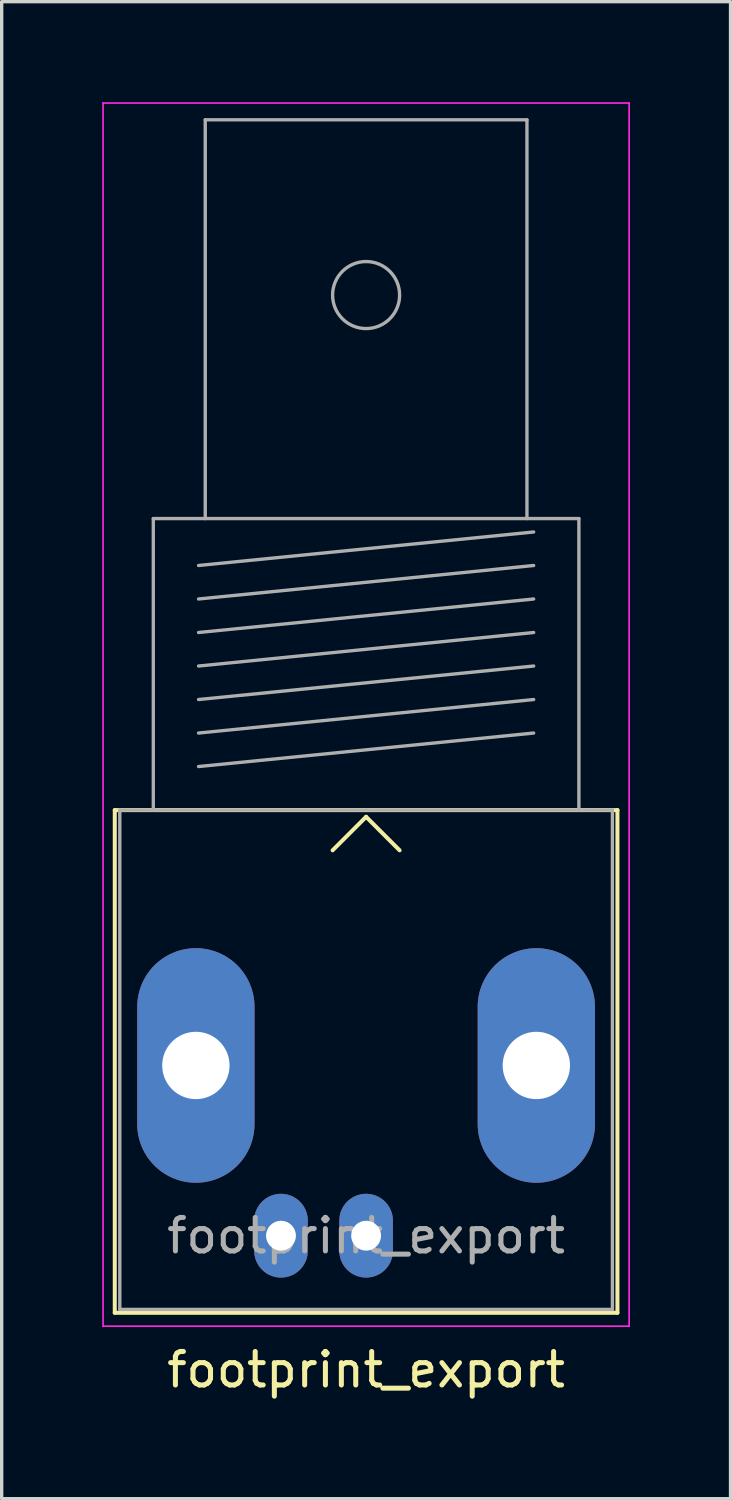
<source format=kicad_pcb>
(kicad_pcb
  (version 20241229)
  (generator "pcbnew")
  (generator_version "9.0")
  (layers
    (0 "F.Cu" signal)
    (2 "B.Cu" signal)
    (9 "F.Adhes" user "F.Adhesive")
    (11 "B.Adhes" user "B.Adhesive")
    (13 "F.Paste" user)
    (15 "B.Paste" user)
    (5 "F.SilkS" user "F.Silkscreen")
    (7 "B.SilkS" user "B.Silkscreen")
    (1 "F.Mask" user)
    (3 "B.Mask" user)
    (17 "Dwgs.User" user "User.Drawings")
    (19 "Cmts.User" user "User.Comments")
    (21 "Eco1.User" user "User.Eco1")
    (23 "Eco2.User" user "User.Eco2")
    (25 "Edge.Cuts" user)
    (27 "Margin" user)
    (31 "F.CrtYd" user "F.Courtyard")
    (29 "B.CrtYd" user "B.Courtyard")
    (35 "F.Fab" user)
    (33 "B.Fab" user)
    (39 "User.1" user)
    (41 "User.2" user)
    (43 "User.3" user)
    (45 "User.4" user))
  (footprint "footprint_export"
    (layer "F.Cu")
    (at 7.875 33.825)
    (property "Reference" "footprint_export" (at 0 4 0) (layer "F.SilkS") (effects (font (size 1 1) (thickness 0.15))))
    (attr through_hole)
    (fp_line (start -7.5 -12.7) (end 7.5 -12.7) (stroke (width 0.12) (type solid)) (layer "F.SilkS"))
    (fp_line (start -7.5 2.3) (end -7.5 -12.7) (stroke (width 0.12) (type solid)) (layer "F.SilkS"))
    (fp_line (start 0 -12.5) (end -1 -11.5) (stroke (width 0.12) (type solid)) (layer "F.SilkS"))
    (fp_line (start 0 -12.5) (end 1 -11.5) (stroke (width 0.12) (type solid)) (layer "F.SilkS"))
    (fp_line (start 7.5 -12.7) (end 7.5 2.3) (stroke (width 0.12) (type solid)) (layer "F.SilkS"))
    (fp_line (start 7.5 2.3) (end -7.5 2.3) (stroke (width 0.12) (type solid)) (layer "F.SilkS"))
    (fp_line (start -7.85 2.7) (end -7.85 -33.8) (stroke (width 0.05) (type solid)) (layer "F.CrtYd"))
    (fp_line (start -7.85 2.7) (end 7.85 2.7) (stroke (width 0.05) (type solid)) (layer "F.CrtYd"))
    (fp_line (start 7.85 -33.8) (end -7.85 -33.8) (stroke (width 0.05) (type solid)) (layer "F.CrtYd"))
    (fp_line (start 7.85 2.7) (end 7.85 -33.8) (stroke (width 0.05) (type solid)) (layer "F.CrtYd"))
    (fp_line (start -7.35 -12.7) (end -7.35 2.2) (stroke (width 0.1) (type solid)) (layer "F.Fab"))
    (fp_line (start -7.35 2.2) (end 7.35 2.2) (stroke (width 0.1) (type solid)) (layer "F.Fab"))
    (fp_line (start -6.35 -21.4) (end -6.35 -12.7) (stroke (width 0.1) (type solid)) (layer "F.Fab"))
    (fp_line (start -5 -20) (end 5 -21) (stroke (width 0.1) (type solid)) (layer "F.Fab"))
    (fp_line (start -5 -19) (end 5 -20) (stroke (width 0.1) (type solid)) (layer "F.Fab"))
    (fp_line (start -5 -18) (end 5 -19) (stroke (width 0.1) (type solid)) (layer "F.Fab"))
    (fp_line (start -5 -17) (end 5 -18) (stroke (width 0.1) (type solid)) (layer "F.Fab"))
    (fp_line (start -5 -16) (end 5 -17) (stroke (width 0.1) (type solid)) (layer "F.Fab"))
    (fp_line (start -5 -15) (end 5 -16) (stroke (width 0.1) (type solid)) (layer "F.Fab"))
    (fp_line (start -5 -14) (end 5 -15) (stroke (width 0.1) (type solid)) (layer "F.Fab"))
    (fp_line (start -4.8 -33.3) (end -4.8 -21.4) (stroke (width 0.1) (type solid)) (layer "F.Fab"))
    (fp_line (start 4.8 -33.3) (end -4.8 -33.3) (stroke (width 0.1) (type solid)) (layer "F.Fab"))
    (fp_line (start 4.8 -21.4) (end 4.8 -33.3) (stroke (width 0.1) (type solid)) (layer "F.Fab"))
    (fp_line (start 6.35 -21.4) (end -6.35 -21.4) (stroke (width 0.1) (type solid)) (layer "F.Fab"))
    (fp_line (start 6.35 -12.7) (end 6.35 -21.4) (stroke (width 0.1) (type solid)) (layer "F.Fab"))
    (fp_line (start 7.35 -12.7) (end -7.35 -12.7) (stroke (width 0.1) (type solid)) (layer "F.Fab"))
    (fp_line (start 7.35 2.2) (end 7.35 -12.7) (stroke (width 0.1) (type solid)) (layer "F.Fab"))
    (fp_circle (center 0 -28.07) (end 1 -28.07) (stroke (width 0.1) (type solid)) (fill no) (layer "F.Fab"))
    (fp_text user "${REFERENCE}" (at 0 0 0) (layer "F.Fab") (effects (font (size 1 1) (thickness 0.15))))
    (pad "1" thru_hole oval (at 0 0) (size 1.6 2.5) (drill 0.89) (layers "*.Cu" "*.Mask"))
    (pad "2" thru_hole oval (at -5.08 -5.08) (size 3.5 7) (drill 2.01) (layers "*.Cu" "*.Mask"))
    (pad "2" thru_hole oval (at -2.54 0) (size 1.6 2.5) (drill 0.89) (layers "*.Cu" "*.Mask"))
    (pad "2" thru_hole oval (at 5.08 -5.08) (size 3.5 7) (drill 2.01) (layers "*.Cu" "*.Mask")))
  (gr_rect
    (start -3 -3)
    (end 18.75 41.673)
    (stroke (width 0.1) (type default))
    (fill no)
    (layer "Edge.Cuts")))
</source>
